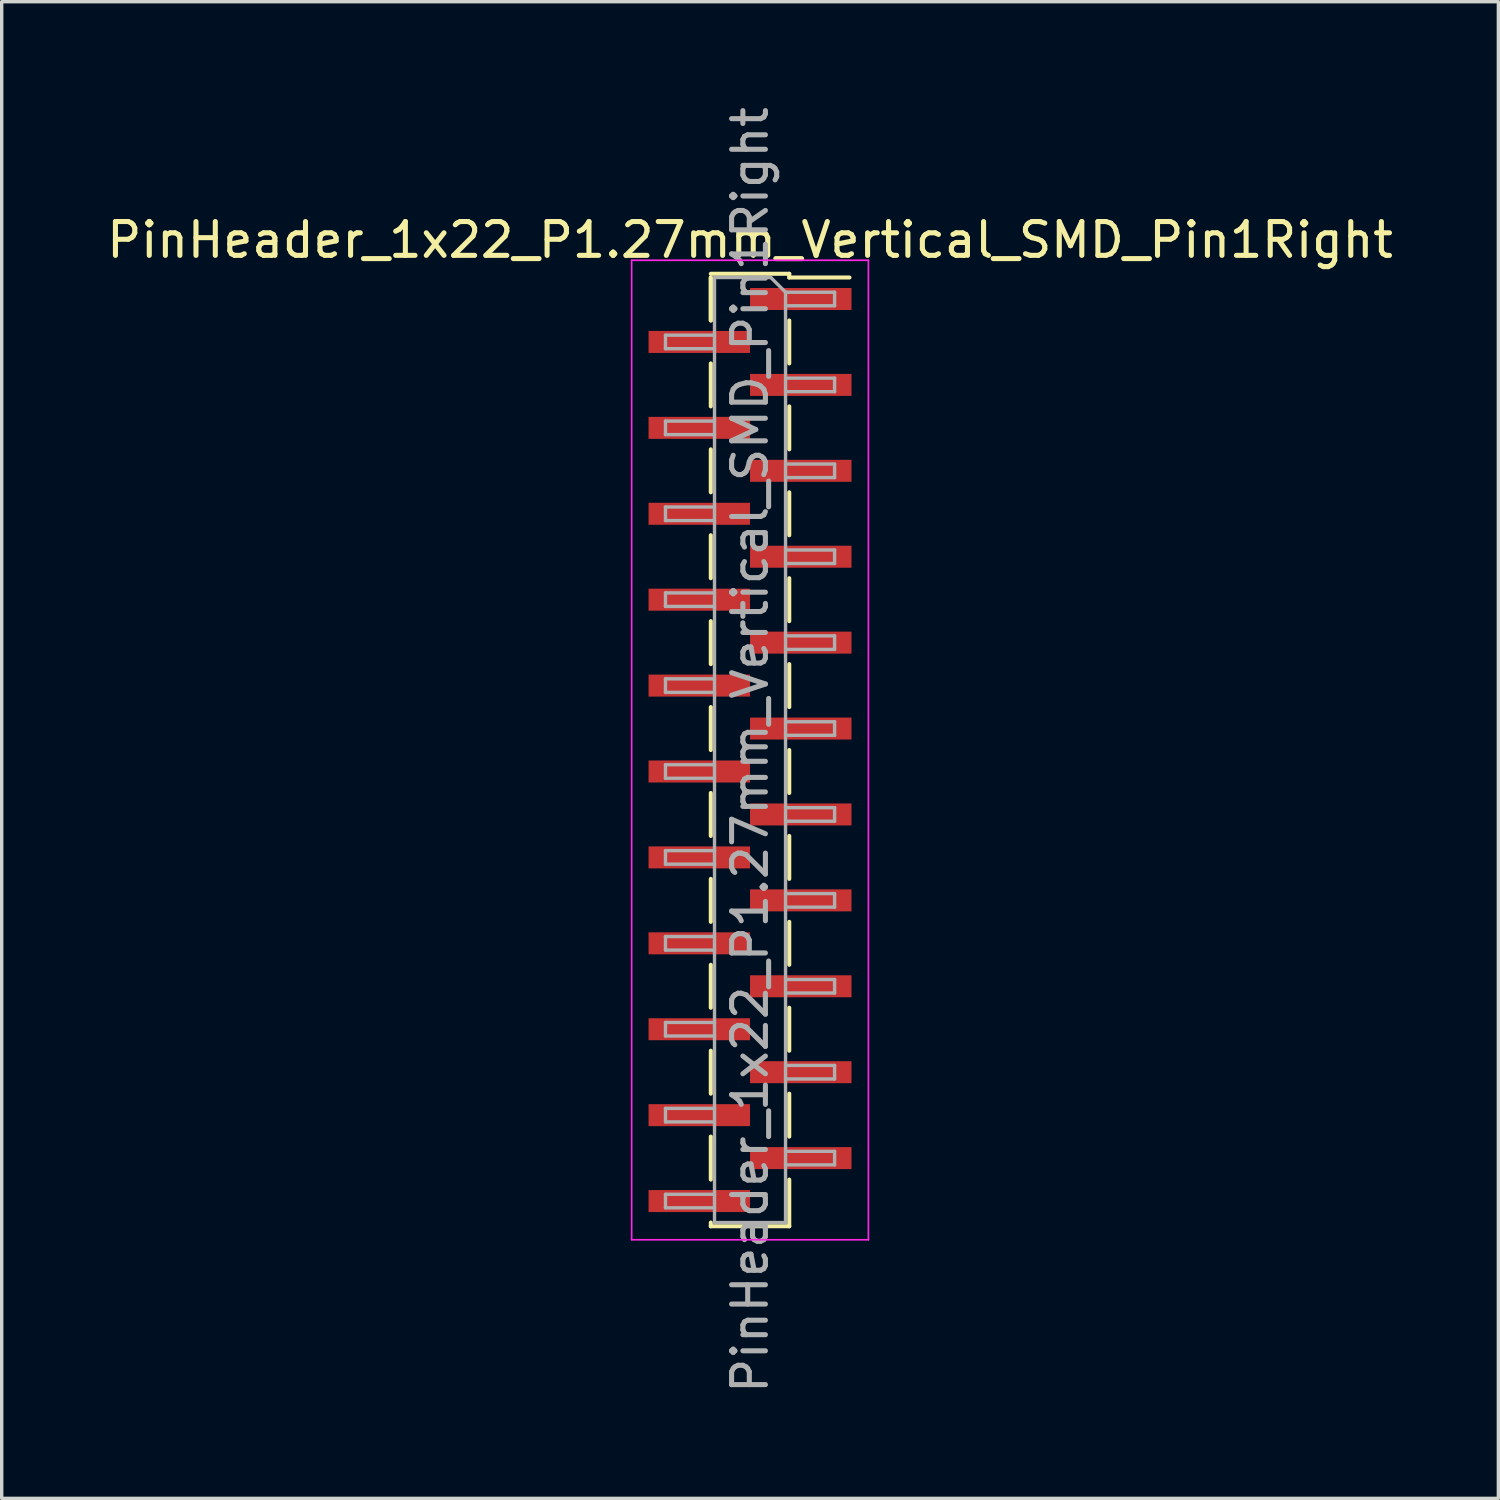
<source format=kicad_pcb>
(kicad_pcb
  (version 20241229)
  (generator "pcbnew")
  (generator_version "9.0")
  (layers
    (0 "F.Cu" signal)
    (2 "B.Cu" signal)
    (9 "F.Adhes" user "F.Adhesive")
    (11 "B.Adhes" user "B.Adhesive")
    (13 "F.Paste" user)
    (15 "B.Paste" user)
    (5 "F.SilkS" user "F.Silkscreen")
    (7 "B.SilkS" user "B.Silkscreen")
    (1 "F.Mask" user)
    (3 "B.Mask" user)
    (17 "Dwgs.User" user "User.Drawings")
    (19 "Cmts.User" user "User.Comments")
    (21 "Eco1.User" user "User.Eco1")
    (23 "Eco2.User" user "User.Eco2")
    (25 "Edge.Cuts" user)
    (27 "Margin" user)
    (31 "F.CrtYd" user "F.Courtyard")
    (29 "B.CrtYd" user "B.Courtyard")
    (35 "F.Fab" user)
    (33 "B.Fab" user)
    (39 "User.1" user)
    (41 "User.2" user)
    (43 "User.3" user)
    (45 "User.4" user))
  (footprint "PinHeader_1x22_P1.27mm_Vertical_SMD_Pin1Right"
    (layer "F.Cu")
    (at 19.125 19.125)
    (property "Reference" "PinHeader_1x22_P1.27mm_Vertical_SMD_Pin1Right" (at 0 -15.08 0) (layer "F.SilkS") (effects (font (size 1 1) (thickness 0.15))))
    (attr smd)
    (fp_line (start -1.16 -14.08) (end 1.16 -14.08) (stroke (width 0.12) (type solid)) (layer "F.SilkS"))
    (fp_line (start -1.16 -13.97) (end -1.16 -12.7) (stroke (width 0.12) (type solid)) (layer "F.SilkS"))
    (fp_line (start -1.16 -13.97) (end -1.16 -12.7) (stroke (width 0.12) (type solid)) (layer "F.SilkS"))
    (fp_line (start -1.16 -11.43) (end -1.16 -10.16) (stroke (width 0.12) (type solid)) (layer "F.SilkS"))
    (fp_line (start -1.16 -8.89) (end -1.16 -7.62) (stroke (width 0.12) (type solid)) (layer "F.SilkS"))
    (fp_line (start -1.16 -6.35) (end -1.16 -5.08) (stroke (width 0.12) (type solid)) (layer "F.SilkS"))
    (fp_line (start -1.16 -3.81) (end -1.16 -2.54) (stroke (width 0.12) (type solid)) (layer "F.SilkS"))
    (fp_line (start -1.16 -1.27) (end -1.16 0) (stroke (width 0.12) (type solid)) (layer "F.SilkS"))
    (fp_line (start -1.16 1.27) (end -1.16 2.54) (stroke (width 0.12) (type solid)) (layer "F.SilkS"))
    (fp_line (start -1.16 3.81) (end -1.16 5.08) (stroke (width 0.12) (type solid)) (layer "F.SilkS"))
    (fp_line (start -1.16 6.35) (end -1.16 7.62) (stroke (width 0.12) (type solid)) (layer "F.SilkS"))
    (fp_line (start -1.16 8.89) (end -1.16 10.16) (stroke (width 0.12) (type solid)) (layer "F.SilkS"))
    (fp_line (start -1.16 11.43) (end -1.16 12.7) (stroke (width 0.12) (type solid)) (layer "F.SilkS"))
    (fp_line (start -1.16 13.97) (end -1.16 14.08) (stroke (width 0.12) (type solid)) (layer "F.SilkS"))
    (fp_line (start -1.16 14.08) (end 1.16 14.08) (stroke (width 0.12) (type solid)) (layer "F.SilkS"))
    (fp_line (start 1.16 -14.08) (end 1.16 -13.97) (stroke (width 0.12) (type solid)) (layer "F.SilkS"))
    (fp_line (start 1.16 -13.97) (end 2.94 -13.97) (stroke (width 0.12) (type solid)) (layer "F.SilkS"))
    (fp_line (start 1.16 -12.7) (end 1.16 -11.43) (stroke (width 0.12) (type solid)) (layer "F.SilkS"))
    (fp_line (start 1.16 -10.16) (end 1.16 -8.89) (stroke (width 0.12) (type solid)) (layer "F.SilkS"))
    (fp_line (start 1.16 -7.62) (end 1.16 -6.35) (stroke (width 0.12) (type solid)) (layer "F.SilkS"))
    (fp_line (start 1.16 -5.08) (end 1.16 -3.81) (stroke (width 0.12) (type solid)) (layer "F.SilkS"))
    (fp_line (start 1.16 -2.54) (end 1.16 -1.27) (stroke (width 0.12) (type solid)) (layer "F.SilkS"))
    (fp_line (start 1.16 0) (end 1.16 1.27) (stroke (width 0.12) (type solid)) (layer "F.SilkS"))
    (fp_line (start 1.16 2.54) (end 1.16 3.81) (stroke (width 0.12) (type solid)) (layer "F.SilkS"))
    (fp_line (start 1.16 5.08) (end 1.16 6.35) (stroke (width 0.12) (type solid)) (layer "F.SilkS"))
    (fp_line (start 1.16 7.62) (end 1.16 8.89) (stroke (width 0.12) (type solid)) (layer "F.SilkS"))
    (fp_line (start 1.16 10.16) (end 1.16 11.43) (stroke (width 0.12) (type solid)) (layer "F.SilkS"))
    (fp_line (start 1.16 12.7) (end 1.16 14.08) (stroke (width 0.12) (type solid)) (layer "F.SilkS"))
    (fp_line (start -3.5 -14.48) (end -3.5 14.48) (stroke (width 0.05) (type solid)) (layer "F.CrtYd"))
    (fp_line (start -3.5 14.48) (end 3.5 14.48) (stroke (width 0.05) (type solid)) (layer "F.CrtYd"))
    (fp_line (start 3.5 -14.48) (end -3.5 -14.48) (stroke (width 0.05) (type solid)) (layer "F.CrtYd"))
    (fp_line (start 3.5 14.48) (end 3.5 -14.48) (stroke (width 0.05) (type solid)) (layer "F.CrtYd"))
    (fp_line (start -2.5 -12.265) (end -2.5 -11.865) (stroke (width 0.1) (type solid)) (layer "F.Fab"))
    (fp_line (start -2.5 -11.865) (end -1.05 -11.865) (stroke (width 0.1) (type solid)) (layer "F.Fab"))
    (fp_line (start -2.5 -9.725) (end -2.5 -9.325) (stroke (width 0.1) (type solid)) (layer "F.Fab"))
    (fp_line (start -2.5 -9.325) (end -1.05 -9.325) (stroke (width 0.1) (type solid)) (layer "F.Fab"))
    (fp_line (start -2.5 -7.185) (end -2.5 -6.785) (stroke (width 0.1) (type solid)) (layer "F.Fab"))
    (fp_line (start -2.5 -6.785) (end -1.05 -6.785) (stroke (width 0.1) (type solid)) (layer "F.Fab"))
    (fp_line (start -2.5 -4.645) (end -2.5 -4.245) (stroke (width 0.1) (type solid)) (layer "F.Fab"))
    (fp_line (start -2.5 -4.245) (end -1.05 -4.245) (stroke (width 0.1) (type solid)) (layer "F.Fab"))
    (fp_line (start -2.5 -2.105) (end -2.5 -1.705) (stroke (width 0.1) (type solid)) (layer "F.Fab"))
    (fp_line (start -2.5 -1.705) (end -1.05 -1.705) (stroke (width 0.1) (type solid)) (layer "F.Fab"))
    (fp_line (start -2.5 0.435) (end -2.5 0.835) (stroke (width 0.1) (type solid)) (layer "F.Fab"))
    (fp_line (start -2.5 0.835) (end -1.05 0.835) (stroke (width 0.1) (type solid)) (layer "F.Fab"))
    (fp_line (start -2.5 2.975) (end -2.5 3.375) (stroke (width 0.1) (type solid)) (layer "F.Fab"))
    (fp_line (start -2.5 3.375) (end -1.05 3.375) (stroke (width 0.1) (type solid)) (layer "F.Fab"))
    (fp_line (start -2.5 5.515) (end -2.5 5.915) (stroke (width 0.1) (type solid)) (layer "F.Fab"))
    (fp_line (start -2.5 5.915) (end -1.05 5.915) (stroke (width 0.1) (type solid)) (layer "F.Fab"))
    (fp_line (start -2.5 8.055) (end -2.5 8.455) (stroke (width 0.1) (type solid)) (layer "F.Fab"))
    (fp_line (start -2.5 8.455) (end -1.05 8.455) (stroke (width 0.1) (type solid)) (layer "F.Fab"))
    (fp_line (start -2.5 10.595) (end -2.5 10.995) (stroke (width 0.1) (type solid)) (layer "F.Fab"))
    (fp_line (start -2.5 10.995) (end -1.05 10.995) (stroke (width 0.1) (type solid)) (layer "F.Fab"))
    (fp_line (start -2.5 13.135) (end -2.5 13.535) (stroke (width 0.1) (type solid)) (layer "F.Fab"))
    (fp_line (start -2.5 13.535) (end -1.05 13.535) (stroke (width 0.1) (type solid)) (layer "F.Fab"))
    (fp_line (start -1.05 -13.97) (end -1.05 13.97) (stroke (width 0.1) (type solid)) (layer "F.Fab"))
    (fp_line (start -1.05 -13.97) (end 0.615 -13.97) (stroke (width 0.1) (type solid)) (layer "F.Fab"))
    (fp_line (start -1.05 -12.265) (end -2.5 -12.265) (stroke (width 0.1) (type solid)) (layer "F.Fab"))
    (fp_line (start -1.05 -9.725) (end -2.5 -9.725) (stroke (width 0.1) (type solid)) (layer "F.Fab"))
    (fp_line (start -1.05 -7.185) (end -2.5 -7.185) (stroke (width 0.1) (type solid)) (layer "F.Fab"))
    (fp_line (start -1.05 -4.645) (end -2.5 -4.645) (stroke (width 0.1) (type solid)) (layer "F.Fab"))
    (fp_line (start -1.05 -2.105) (end -2.5 -2.105) (stroke (width 0.1) (type solid)) (layer "F.Fab"))
    (fp_line (start -1.05 0.435) (end -2.5 0.435) (stroke (width 0.1) (type solid)) (layer "F.Fab"))
    (fp_line (start -1.05 2.975) (end -2.5 2.975) (stroke (width 0.1) (type solid)) (layer "F.Fab"))
    (fp_line (start -1.05 5.515) (end -2.5 5.515) (stroke (width 0.1) (type solid)) (layer "F.Fab"))
    (fp_line (start -1.05 8.055) (end -2.5 8.055) (stroke (width 0.1) (type solid)) (layer "F.Fab"))
    (fp_line (start -1.05 10.595) (end -2.5 10.595) (stroke (width 0.1) (type solid)) (layer "F.Fab"))
    (fp_line (start -1.05 13.135) (end -2.5 13.135) (stroke (width 0.1) (type solid)) (layer "F.Fab"))
    (fp_line (start 1.05 -13.535) (end 0.615 -13.97) (stroke (width 0.1) (type solid)) (layer "F.Fab"))
    (fp_line (start 1.05 -13.535) (end 2.5 -13.535) (stroke (width 0.1) (type solid)) (layer "F.Fab"))
    (fp_line (start 1.05 -10.995) (end 2.5 -10.995) (stroke (width 0.1) (type solid)) (layer "F.Fab"))
    (fp_line (start 1.05 -8.455) (end 2.5 -8.455) (stroke (width 0.1) (type solid)) (layer "F.Fab"))
    (fp_line (start 1.05 -5.915) (end 2.5 -5.915) (stroke (width 0.1) (type solid)) (layer "F.Fab"))
    (fp_line (start 1.05 -3.375) (end 2.5 -3.375) (stroke (width 0.1) (type solid)) (layer "F.Fab"))
    (fp_line (start 1.05 -0.835) (end 2.5 -0.835) (stroke (width 0.1) (type solid)) (layer "F.Fab"))
    (fp_line (start 1.05 1.705) (end 2.5 1.705) (stroke (width 0.1) (type solid)) (layer "F.Fab"))
    (fp_line (start 1.05 4.245) (end 2.5 4.245) (stroke (width 0.1) (type solid)) (layer "F.Fab"))
    (fp_line (start 1.05 6.785) (end 2.5 6.785) (stroke (width 0.1) (type solid)) (layer "F.Fab"))
    (fp_line (start 1.05 9.325) (end 2.5 9.325) (stroke (width 0.1) (type solid)) (layer "F.Fab"))
    (fp_line (start 1.05 11.865) (end 2.5 11.865) (stroke (width 0.1) (type solid)) (layer "F.Fab"))
    (fp_line (start 1.05 13.97) (end -1.05 13.97) (stroke (width 0.1) (type solid)) (layer "F.Fab"))
    (fp_line (start 1.05 13.97) (end 1.05 -13.535) (stroke (width 0.1) (type solid)) (layer "F.Fab"))
    (fp_line (start 2.5 -13.535) (end 2.5 -13.135) (stroke (width 0.1) (type solid)) (layer "F.Fab"))
    (fp_line (start 2.5 -13.135) (end 1.05 -13.135) (stroke (width 0.1) (type solid)) (layer "F.Fab"))
    (fp_line (start 2.5 -10.995) (end 2.5 -10.595) (stroke (width 0.1) (type solid)) (layer "F.Fab"))
    (fp_line (start 2.5 -10.595) (end 1.05 -10.595) (stroke (width 0.1) (type solid)) (layer "F.Fab"))
    (fp_line (start 2.5 -8.455) (end 2.5 -8.055) (stroke (width 0.1) (type solid)) (layer "F.Fab"))
    (fp_line (start 2.5 -8.055) (end 1.05 -8.055) (stroke (width 0.1) (type solid)) (layer "F.Fab"))
    (fp_line (start 2.5 -5.915) (end 2.5 -5.515) (stroke (width 0.1) (type solid)) (layer "F.Fab"))
    (fp_line (start 2.5 -5.515) (end 1.05 -5.515) (stroke (width 0.1) (type solid)) (layer "F.Fab"))
    (fp_line (start 2.5 -3.375) (end 2.5 -2.975) (stroke (width 0.1) (type solid)) (layer "F.Fab"))
    (fp_line (start 2.5 -2.975) (end 1.05 -2.975) (stroke (width 0.1) (type solid)) (layer "F.Fab"))
    (fp_line (start 2.5 -0.835) (end 2.5 -0.435) (stroke (width 0.1) (type solid)) (layer "F.Fab"))
    (fp_line (start 2.5 -0.435) (end 1.05 -0.435) (stroke (width 0.1) (type solid)) (layer "F.Fab"))
    (fp_line (start 2.5 1.705) (end 2.5 2.105) (stroke (width 0.1) (type solid)) (layer "F.Fab"))
    (fp_line (start 2.5 2.105) (end 1.05 2.105) (stroke (width 0.1) (type solid)) (layer "F.Fab"))
    (fp_line (start 2.5 4.245) (end 2.5 4.645) (stroke (width 0.1) (type solid)) (layer "F.Fab"))
    (fp_line (start 2.5 4.645) (end 1.05 4.645) (stroke (width 0.1) (type solid)) (layer "F.Fab"))
    (fp_line (start 2.5 6.785) (end 2.5 7.185) (stroke (width 0.1) (type solid)) (layer "F.Fab"))
    (fp_line (start 2.5 7.185) (end 1.05 7.185) (stroke (width 0.1) (type solid)) (layer "F.Fab"))
    (fp_line (start 2.5 9.325) (end 2.5 9.725) (stroke (width 0.1) (type solid)) (layer "F.Fab"))
    (fp_line (start 2.5 9.725) (end 1.05 9.725) (stroke (width 0.1) (type solid)) (layer "F.Fab"))
    (fp_line (start 2.5 11.865) (end 2.5 12.265) (stroke (width 0.1) (type solid)) (layer "F.Fab"))
    (fp_line (start 2.5 12.265) (end 1.05 12.265) (stroke (width 0.1) (type solid)) (layer "F.Fab"))
    (fp_text user "${REFERENCE}" (at 0 0 90) (layer "F.Fab") (effects (font (size 1 1) (thickness 0.15))))
    (pad "1" smd rect (at 1.5 -13.335) (size 3 0.65) (layers "F.Cu" "F.Mask" "F.Paste"))
    (pad "2" smd rect (at -1.5 -12.065) (size 3 0.65) (layers "F.Cu" "F.Mask" "F.Paste"))
    (pad "3" smd rect (at 1.5 -10.795) (size 3 0.65) (layers "F.Cu" "F.Mask" "F.Paste"))
    (pad "4" smd rect (at -1.5 -9.525) (size 3 0.65) (layers "F.Cu" "F.Mask" "F.Paste"))
    (pad "5" smd rect (at 1.5 -8.255) (size 3 0.65) (layers "F.Cu" "F.Mask" "F.Paste"))
    (pad "6" smd rect (at -1.5 -6.985) (size 3 0.65) (layers "F.Cu" "F.Mask" "F.Paste"))
    (pad "7" smd rect (at 1.5 -5.715) (size 3 0.65) (layers "F.Cu" "F.Mask" "F.Paste"))
    (pad "8" smd rect (at -1.5 -4.445) (size 3 0.65) (layers "F.Cu" "F.Mask" "F.Paste"))
    (pad "9" smd rect (at 1.5 -3.175) (size 3 0.65) (layers "F.Cu" "F.Mask" "F.Paste"))
    (pad "10" smd rect (at -1.5 -1.905) (size 3 0.65) (layers "F.Cu" "F.Mask" "F.Paste"))
    (pad "11" smd rect (at 1.5 -0.635) (size 3 0.65) (layers "F.Cu" "F.Mask" "F.Paste"))
    (pad "12" smd rect (at -1.5 0.635) (size 3 0.65) (layers "F.Cu" "F.Mask" "F.Paste"))
    (pad "13" smd rect (at 1.5 1.905) (size 3 0.65) (layers "F.Cu" "F.Mask" "F.Paste"))
    (pad "14" smd rect (at -1.5 3.175) (size 3 0.65) (layers "F.Cu" "F.Mask" "F.Paste"))
    (pad "15" smd rect (at 1.5 4.445) (size 3 0.65) (layers "F.Cu" "F.Mask" "F.Paste"))
    (pad "16" smd rect (at -1.5 5.715) (size 3 0.65) (layers "F.Cu" "F.Mask" "F.Paste"))
    (pad "17" smd rect (at 1.5 6.985) (size 3 0.65) (layers "F.Cu" "F.Mask" "F.Paste"))
    (pad "18" smd rect (at -1.5 8.255) (size 3 0.65) (layers "F.Cu" "F.Mask" "F.Paste"))
    (pad "19" smd rect (at 1.5 9.525) (size 3 0.65) (layers "F.Cu" "F.Mask" "F.Paste"))
    (pad "20" smd rect (at -1.5 10.795) (size 3 0.65) (layers "F.Cu" "F.Mask" "F.Paste"))
    (pad "21" smd rect (at 1.5 12.065) (size 3 0.65) (layers "F.Cu" "F.Mask" "F.Paste"))
    (pad "22" smd rect (at -1.5 13.335) (size 3 0.65) (layers "F.Cu" "F.Mask" "F.Paste")))
  (gr_rect
    (start -3 -3)
    (end 41.25 41.25)
    (stroke (width 0.1) (type default))
    (fill no)
    (layer "Edge.Cuts")))
</source>
